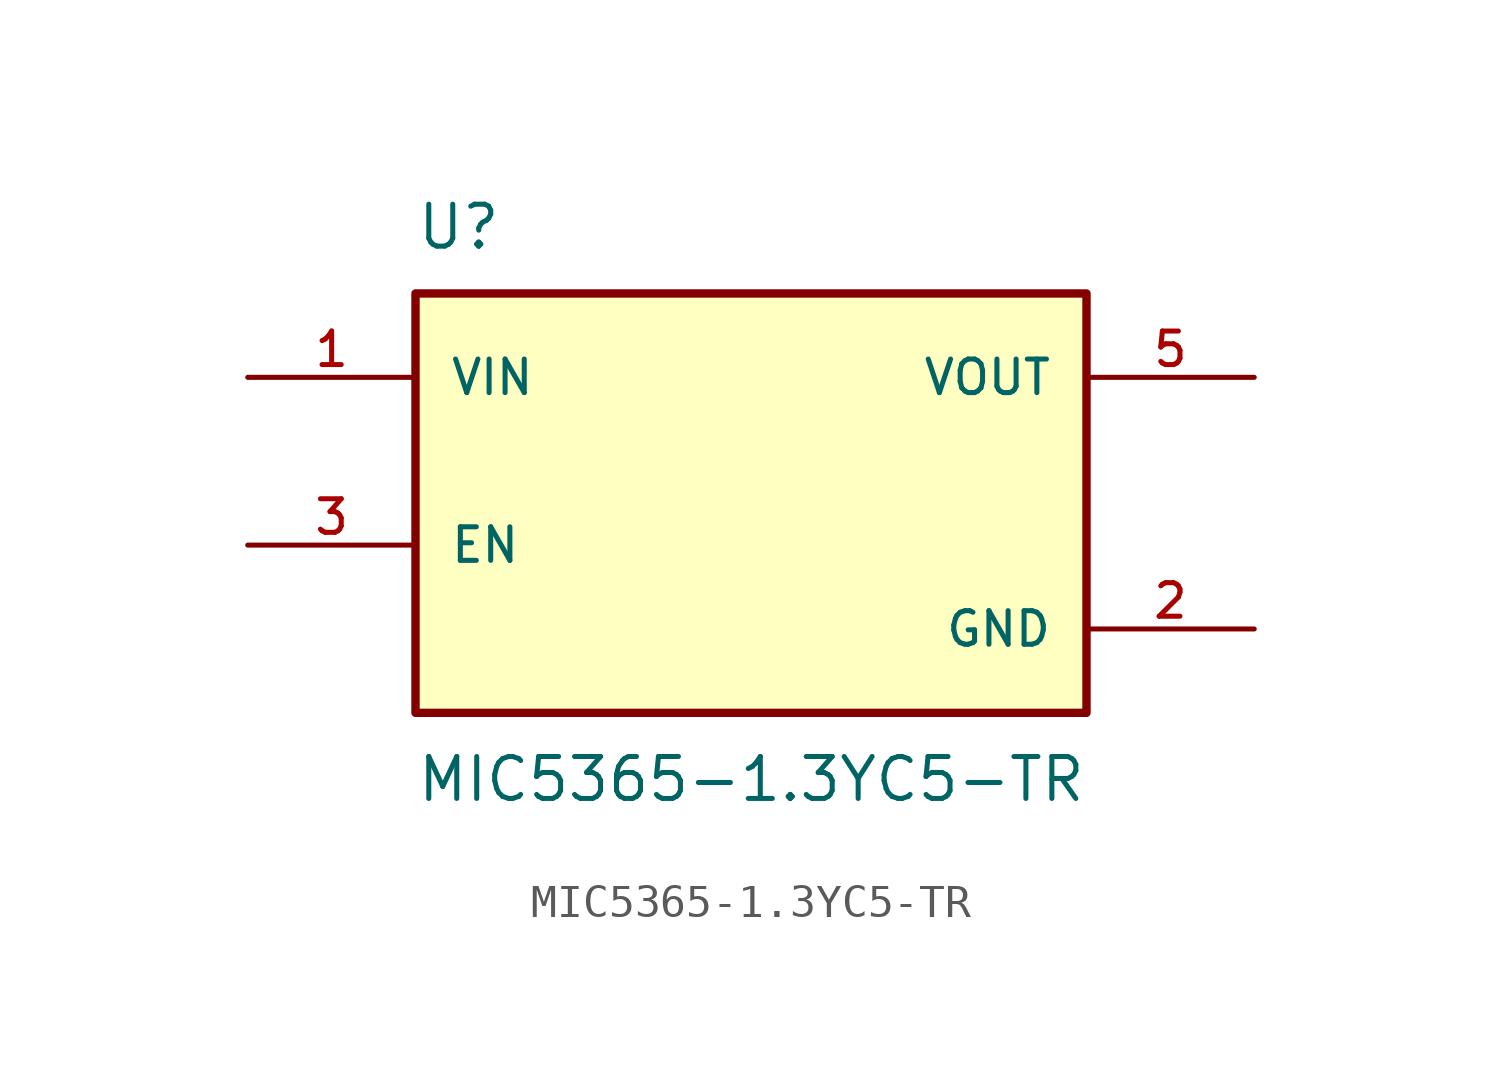
<source format=kicad_sym>
(kicad_symbol_lib
  (version 20241209)
  (generator "kicad_symbol_editor")
  (generator_version "9.0")
  (symbol "MIC5365-1.3YC5-TR"
    (pin_names
      (offset 1.016))
    (property "Reference" "U"
      (at -10.16 6.35 0)
      (effects (font (size 1.27 1.27)) (justify left bottom)))
    (property "Value" "MIC5365-1.3YC5-TR"
      (at -10.16 -8.89 0)
      (effects (font (size 1.27 1.27)) (justify left top)))
    (symbol "MIC5365-1.3YC5-TR_0_0"
      (rectangle (start -10.16 -7.62) (end 10.16 5.08) (stroke (width 0.254) (type default)) (fill (type background)))
      (pin input line (at -15.24 2.54 0) (length 5.08) (name "VIN" (effects (font (size 1.016 1.016)))) (number "1" (effects (font (size 1.016 1.016)))))
      (pin input line (at -15.24 -2.54 0) (length 5.08) (name "EN" (effects (font (size 1.016 1.016)))) (number "3" (effects (font (size 1.016 1.016)))))
      (pin power_in line (at 15.24 -5.08 180) (length 5.08) (name "GND" (effects (font (size 1.016 1.016)))) (number "2" (effects (font (size 1.016 1.016))))))
    (symbol "MIC5365-1.3YC5-TR_1_0"
      (pin power_out line (at 15.24 2.54 180) (length 5.08) (name "VOUT" (effects (font (size 1.016 1.016)))) (number "5" (effects (font (size 1.016 1.016))))))))
</source>
